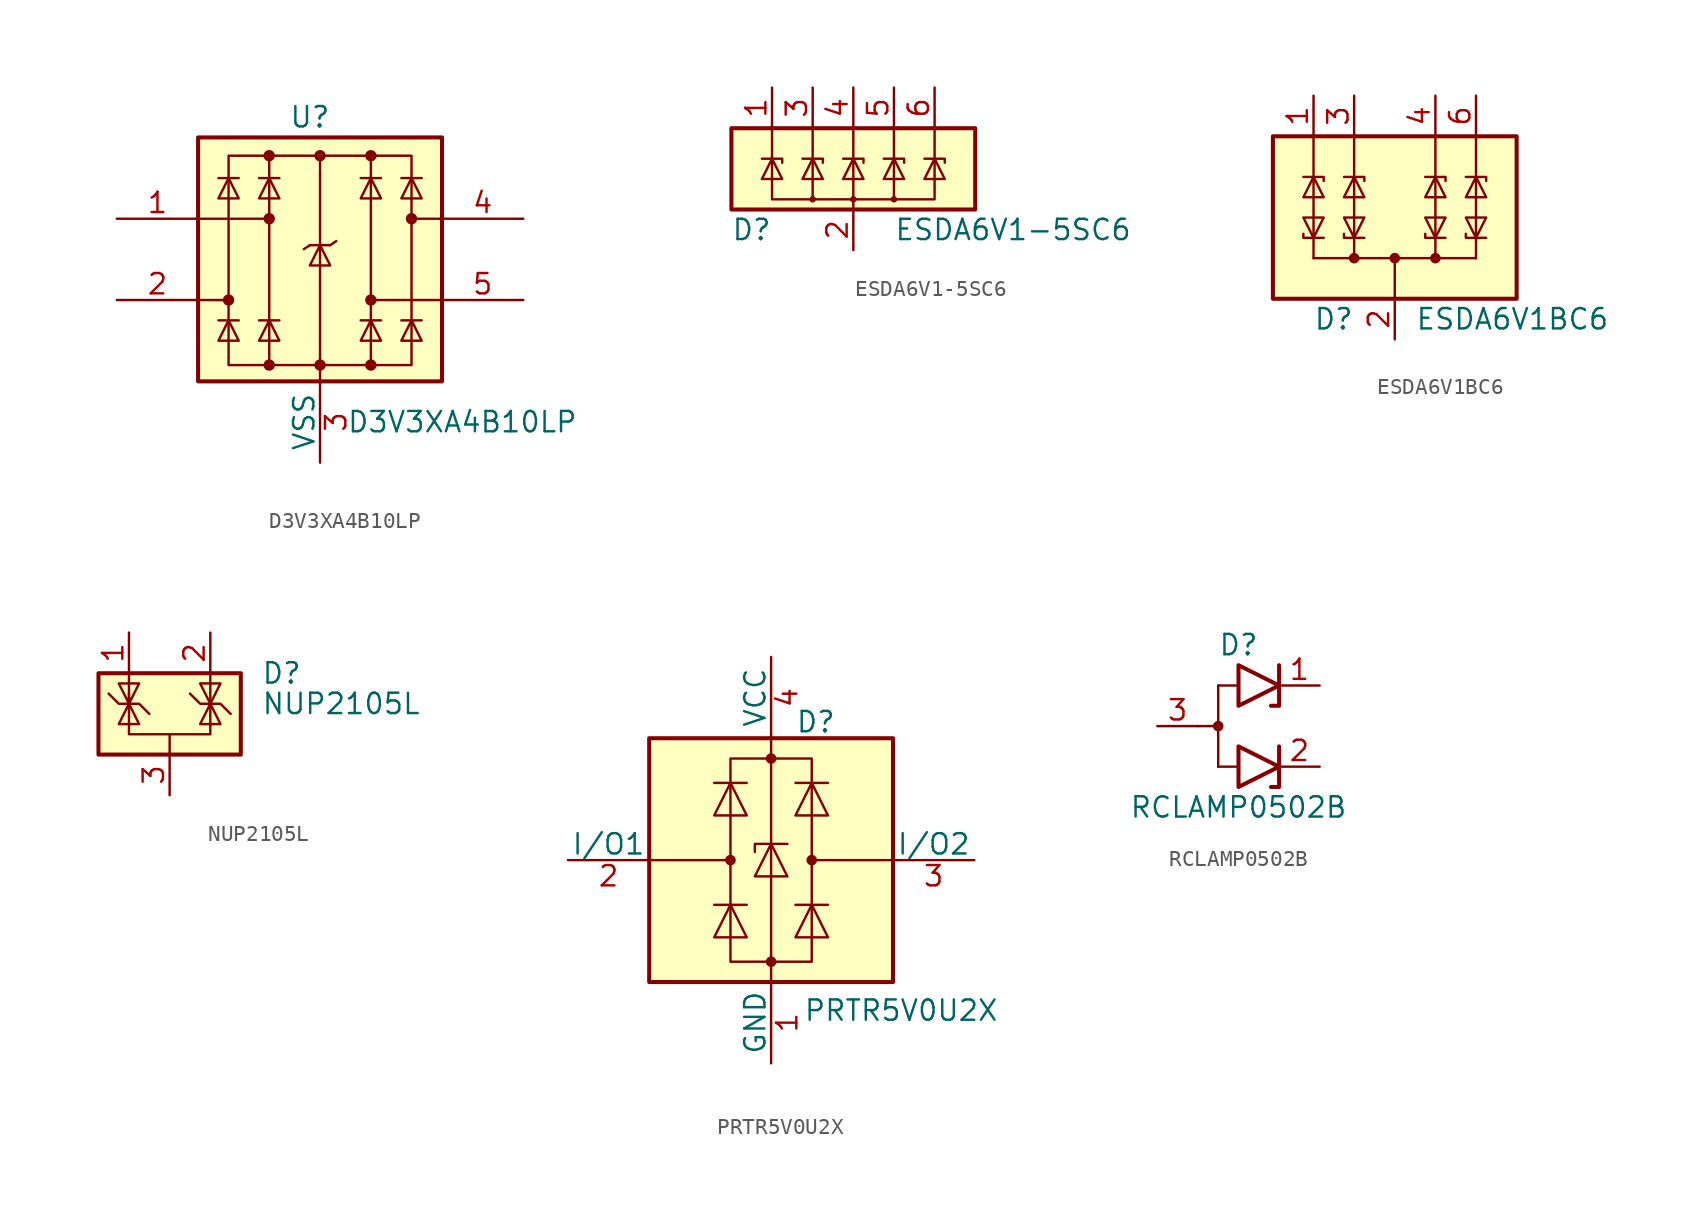
<source format=kicad_sym>
(kicad_symbol_lib
  (version 20200908)
  (generator kicad_symbol_editor)
  (symbol "Power_Protection:D3V3XA4B10LP"
    (pin_names
      (offset 0))
    (property "Reference" "U"
      (at -0.635 8.89 0)
      (effects (font (size 1.27 1.27))))
    (property "Value" "D3V3XA4B10LP"
      (at 8.89 -10.16 0)
      (effects (font (size 1.27 1.27))))
    (symbol "D3V3XA4B10LP_0_1"
      (circle (center -5.715 -2.54) (radius 0.279) (stroke (width 0)) (fill (type outline)))
      (circle (center -3.175 -6.604) (radius 0.279) (stroke (width 0)) (fill (type outline)))
      (circle (center -3.175 2.54) (radius 0.279) (stroke (width 0)) (fill (type outline)))
      (circle (center -3.175 6.477) (radius 0.279) (stroke (width 0)) (fill (type outline)))
      (circle (center 0 -6.604) (radius 0.279) (stroke (width 0)) (fill (type outline)))
      (circle (center 0 6.477) (radius 0.279) (stroke (width 0)) (fill (type outline)))
      (circle (center 3.175 -6.604) (radius 0.279) (stroke (width 0)) (fill (type outline)))
      (circle (center 3.175 -2.54) (radius 0.279) (stroke (width 0)) (fill (type outline)))
      (circle (center 3.175 6.477) (radius 0.279) (stroke (width 0)) (fill (type outline)))
      (circle (center 5.715 2.54) (radius 0.279) (stroke (width 0)) (fill (type outline)))
      (rectangle (start -7.62 7.62) (end 7.62 -7.62) (stroke (width 0.254)) (fill (type background)))
      (polyline (pts (xy -7.747 2.54) (xy -3.175 2.54)) (stroke (width 0)) (fill (type none)))
      (polyline (pts (xy -7.62 -2.54) (xy -5.715 -2.54)) (stroke (width 0)) (fill (type none)))
      (polyline (pts (xy -5.08 -3.81) (xy -6.35 -3.81)) (stroke (width 0)) (fill (type none)))
      (polyline (pts (xy -5.08 5.08) (xy -6.35 5.08)) (stroke (width 0)) (fill (type none)))
      (polyline (pts (xy -2.54 -3.81) (xy -3.81 -3.81)) (stroke (width 0)) (fill (type none)))
      (polyline (pts (xy -2.54 5.08) (xy -3.81 5.08)) (stroke (width 0)) (fill (type none)))
      (polyline (pts (xy -0.635 0.889) (xy -1.016 0.635)) (stroke (width 0)) (fill (type none)))
      (polyline (pts (xy 0 -6.604) (xy 0 -7.62)) (stroke (width 0)) (fill (type none)))
      (polyline (pts (xy 0.635 0.889) (xy -0.635 0.889)) (stroke (width 0)) (fill (type none)))
      (polyline (pts (xy 0.635 0.889) (xy 1.016 1.143)) (stroke (width 0)) (fill (type none)))
      (polyline (pts (xy 3.81 -3.81) (xy 2.54 -3.81)) (stroke (width 0)) (fill (type none)))
      (polyline (pts (xy 3.81 5.08) (xy 2.54 5.08)) (stroke (width 0)) (fill (type none)))
      (polyline (pts (xy 6.35 -3.81) (xy 5.08 -3.81)) (stroke (width 0)) (fill (type none)))
      (polyline (pts (xy 6.35 5.08) (xy 5.08 5.08)) (stroke (width 0)) (fill (type none)))
      (polyline (pts (xy 7.62 -2.54) (xy 3.175 -2.54)) (stroke (width 0)) (fill (type none)))
      (polyline (pts (xy 7.62 2.54) (xy 5.715 2.54)) (stroke (width 0)) (fill (type none)))
      (polyline (pts (xy -5.08 -5.08) (xy -6.35 -5.08) (xy -5.715 -3.81) (xy -5.08 -5.08)) (stroke (width 0)) (fill (type none)))
      (polyline (pts (xy -5.08 3.81) (xy -6.35 3.81) (xy -5.715 5.08) (xy -5.08 3.81)) (stroke (width 0)) (fill (type none)))
      (polyline (pts (xy -2.54 -5.08) (xy -3.81 -5.08) (xy -3.175 -3.81) (xy -2.54 -5.08)) (stroke (width 0)) (fill (type none)))
      (polyline (pts (xy -2.54 3.81) (xy -3.81 3.81) (xy -3.175 5.08) (xy -2.54 3.81)) (stroke (width 0)) (fill (type none)))
      (polyline (pts (xy 0.635 -0.381) (xy -0.635 -0.381) (xy 0 0.889) (xy 0.635 -0.381)) (stroke (width 0)) (fill (type none)))
      (polyline (pts (xy 3.81 -5.08) (xy 2.54 -5.08) (xy 3.175 -3.81) (xy 3.81 -5.08)) (stroke (width 0)) (fill (type none)))
      (polyline (pts (xy 3.81 3.81) (xy 2.54 3.81) (xy 3.175 5.08) (xy 3.81 3.81)) (stroke (width 0)) (fill (type none)))
      (polyline (pts (xy 6.35 -5.08) (xy 5.08 -5.08) (xy 5.715 -3.81) (xy 6.35 -5.08)) (stroke (width 0)) (fill (type none)))
      (polyline (pts (xy 6.35 3.81) (xy 5.08 3.81) (xy 5.715 5.08) (xy 6.35 3.81)) (stroke (width 0)) (fill (type none))))
    (symbol "D3V3XA4B10LP_0_0"
      (rectangle (start -5.715 6.477) (end 5.715 -6.604) (stroke (width 0)) (fill (type none)))
      (polyline (pts (xy -3.175 -6.604) (xy -3.175 6.477)) (stroke (width 0)) (fill (type none)))
      (polyline (pts (xy 0 6.477) (xy 0 -6.604)) (stroke (width 0)) (fill (type none)))
      (polyline (pts (xy 3.175 6.477) (xy 3.175 -6.604)) (stroke (width 0)) (fill (type none))))
    (symbol "D3V3XA4B10LP_1_1"
      (pin passive line (at -12.7 2.54 0) (length 5.08) (name "~" (effects (font (size 1.27 1.27)))) (number "1" (effects (font (size 1.27 1.27)))))
      (pin unconnected line (at -5.08 7.62 0) (length 5.08) hide (name "NC" (effects (font (size 1.27 1.27)))) (number "10" (effects (font (size 1.27 1.27)))))
      (pin passive line (at -12.7 -2.54 0) (length 5.08) (name "~" (effects (font (size 1.27 1.27)))) (number "2" (effects (font (size 1.27 1.27)))))
      (pin power_in line (at 0 -12.7 90) (length 5.08) (name "VSS" (effects (font (size 1.27 1.27)))) (number "3" (effects (font (size 1.27 1.27)))))
      (pin passive line (at 12.7 2.54 180) (length 5.08) (name "~" (effects (font (size 1.27 1.27)))) (number "4" (effects (font (size 1.27 1.27)))))
      (pin passive line (at 12.7 -2.54 180) (length 5.08) (name "~" (effects (font (size 1.27 1.27)))) (number "5" (effects (font (size 1.27 1.27)))))
      (pin unconnected line (at 5.08 -7.62 180) (length 5.08) hide (name "NC" (effects (font (size 1.27 1.27)))) (number "6" (effects (font (size 1.27 1.27)))))
      (pin unconnected line (at 5.08 7.62 180) (length 5.08) hide (name "NC" (effects (font (size 1.27 1.27)))) (number "7" (effects (font (size 1.27 1.27)))))
      (pin passive line (at 0 -12.7 90) (length 5.08) hide (name "VSS" (effects (font (size 1.27 1.27)))) (number "8" (effects (font (size 1.27 1.27)))))
      (pin unconnected line (at -5.08 -7.62 0) (length 5.08) hide (name "NC" (effects (font (size 1.27 1.27)))) (number "9" (effects (font (size 1.27 1.27)))))))
  (symbol "Power_Protection:ESDA6V1-5SC6"
    (pin_names hide)
    (property "Reference" "D"
      (at -5.08 -3.81 0)
      (effects (font (size 1.27 1.27)) (justify right)))
    (property "Value" "ESDA6V1-5SC6"
      (at 2.54 -3.81 0)
      (effects (font (size 1.27 1.27)) (justify left)))
    (symbol "ESDA6V1-5SC6_0_1"
      (circle (center -2.54 -1.905) (radius 0.127) (stroke (width 0)) (fill (type none)))
      (circle (center 0 -1.905) (radius 0.127) (stroke (width 0)) (fill (type none)))
      (circle (center 2.54 -1.905) (radius 0.127) (stroke (width 0)) (fill (type none)))
      (rectangle (start -7.62 2.54) (end 7.62 -2.54) (stroke (width 0.254)) (fill (type background)))
      (polyline (pts (xy -2.54 2.54) (xy -2.54 -1.905)) (stroke (width 0)) (fill (type none)))
      (polyline (pts (xy 0 2.54) (xy 0 -2.54)) (stroke (width 0)) (fill (type none)))
      (polyline (pts (xy 2.54 2.54) (xy 2.54 -1.905)) (stroke (width 0)) (fill (type none)))
      (polyline (pts (xy -5.715 0.635) (xy -4.445 0.635) (xy -4.445 0.381)) (stroke (width 0)) (fill (type none)))
      (polyline (pts (xy -3.175 0.635) (xy -1.905 0.635) (xy -1.905 0.381)) (stroke (width 0)) (fill (type none)))
      (polyline (pts (xy -0.635 0.635) (xy 0.635 0.635) (xy 0.635 0.381)) (stroke (width 0)) (fill (type none)))
      (polyline (pts (xy 1.905 0.635) (xy 3.175 0.635) (xy 3.175 0.381)) (stroke (width 0)) (fill (type none)))
      (polyline (pts (xy 4.445 0.635) (xy 5.715 0.635) (xy 5.715 0.381)) (stroke (width 0)) (fill (type none)))
      (polyline (pts (xy -5.715 -0.635) (xy -4.445 -0.635) (xy -5.08 0.635) (xy -5.715 -0.635)) (stroke (width 0)) (fill (type none)))
      (polyline (pts (xy -5.08 2.54) (xy -5.08 -1.905) (xy 5.08 -1.905) (xy 5.08 2.54)) (stroke (width 0)) (fill (type none)))
      (polyline (pts (xy -3.175 -0.635) (xy -1.905 -0.635) (xy -2.54 0.635) (xy -3.175 -0.635)) (stroke (width 0)) (fill (type none)))
      (polyline (pts (xy -0.635 -0.635) (xy 0.635 -0.635) (xy 0 0.635) (xy -0.635 -0.635)) (stroke (width 0)) (fill (type none)))
      (polyline (pts (xy 1.905 -0.635) (xy 3.175 -0.635) (xy 2.54 0.635) (xy 1.905 -0.635)) (stroke (width 0)) (fill (type none)))
      (polyline (pts (xy 4.445 -0.635) (xy 5.715 -0.635) (xy 5.08 0.635) (xy 4.445 -0.635)) (stroke (width 0)) (fill (type none))))
    (symbol "ESDA6V1-5SC6_0_0"
      (pin passive line (at 0 -5.08 90) (length 2.54) (name "GND" (effects (font (size 1.27 1.27)))) (number "2" (effects (font (size 1.27 1.27))))))
    (symbol "ESDA6V1-5SC6_1_1"
      (pin passive line (at -5.08 5.08 270) (length 2.54) (name "IO1" (effects (font (size 1.27 1.27)))) (number "1" (effects (font (size 1.27 1.27)))))
      (pin passive line (at -2.54 5.08 270) (length 2.54) (name "IO2" (effects (font (size 1.27 1.27)))) (number "3" (effects (font (size 1.27 1.27)))))
      (pin passive line (at 0 5.08 270) (length 2.54) (name "IO3" (effects (font (size 1.27 1.27)))) (number "4" (effects (font (size 1.27 1.27)))))
      (pin passive line (at 2.54 5.08 270) (length 2.54) (name "IO4" (effects (font (size 1.27 1.27)))) (number "5" (effects (font (size 1.27 1.27)))))
      (pin passive line (at 5.08 5.08 270) (length 2.54) (name "IO5" (effects (font (size 1.27 1.27)))) (number "6" (effects (font (size 1.27 1.27)))))))
  (symbol "Power_Protection:ESDA6V1BC6"
    (pin_names hide)
    (property "Reference" "D"
      (at -2.54 -6.35 0)
      (effects (font (size 1.27 1.27)) (justify right)))
    (property "Value" "ESDA6V1BC6"
      (at 1.27 -6.35 0)
      (effects (font (size 1.27 1.27)) (justify left)))
    (symbol "ESDA6V1BC6_0_1"
      (circle (center -2.54 -2.54) (radius 0.254) (stroke (width 0)) (fill (type outline)))
      (circle (center 0 -2.54) (radius 0.254) (stroke (width 0)) (fill (type outline)))
      (circle (center 2.54 -2.54) (radius 0.254) (stroke (width 0)) (fill (type outline)))
      (rectangle (start -7.62 5.08) (end 7.62 -5.08) (stroke (width 0.254)) (fill (type background)))
      (polyline (pts (xy -5.08 -2.54) (xy -5.08 -1.27)) (stroke (width 0)) (fill (type none)))
      (polyline (pts (xy -5.08 -2.54) (xy 5.08 -2.54)) (stroke (width 0)) (fill (type none)))
      (polyline (pts (xy -5.08 2.54) (xy -5.08 -1.27)) (stroke (width 0)) (fill (type none)))
      (polyline (pts (xy -5.08 5.08) (xy -5.08 2.54)) (stroke (width 0)) (fill (type none)))
      (polyline (pts (xy -2.54 -2.54) (xy -2.54 -1.27)) (stroke (width 0)) (fill (type none)))
      (polyline (pts (xy -2.54 2.54) (xy -2.54 -1.27)) (stroke (width 0)) (fill (type none)))
      (polyline (pts (xy -2.54 5.08) (xy -2.54 2.54)) (stroke (width 0)) (fill (type none)))
      (polyline (pts (xy 0 -2.54) (xy 0 -5.08)) (stroke (width 0)) (fill (type none)))
      (polyline (pts (xy 2.54 -2.54) (xy 2.54 -1.27)) (stroke (width 0)) (fill (type none)))
      (polyline (pts (xy 2.54 2.54) (xy 2.54 -1.27)) (stroke (width 0)) (fill (type none)))
      (polyline (pts (xy 2.54 5.08) (xy 2.54 2.54)) (stroke (width 0)) (fill (type none)))
      (polyline (pts (xy 5.08 -2.54) (xy 5.08 -1.27)) (stroke (width 0)) (fill (type none)))
      (polyline (pts (xy 5.08 2.54) (xy 5.08 -1.27)) (stroke (width 0)) (fill (type none)))
      (polyline (pts (xy 5.08 5.08) (xy 5.08 2.54)) (stroke (width 0)) (fill (type none)))
      (polyline (pts (xy -5.715 -1.016) (xy -5.715 -1.27) (xy -4.445 -1.27)) (stroke (width 0)) (fill (type none)))
      (polyline (pts (xy -5.715 2.54) (xy -4.445 2.54) (xy -4.445 2.286)) (stroke (width 0)) (fill (type none)))
      (polyline (pts (xy -3.175 -1.016) (xy -3.175 -1.27) (xy -1.905 -1.27)) (stroke (width 0)) (fill (type none)))
      (polyline (pts (xy -3.175 2.54) (xy -1.905 2.54) (xy -1.905 2.286)) (stroke (width 0)) (fill (type none)))
      (polyline (pts (xy 1.905 -1.016) (xy 1.905 -1.27) (xy 3.175 -1.27)) (stroke (width 0)) (fill (type none)))
      (polyline (pts (xy 1.905 2.54) (xy 3.175 2.54) (xy 3.175 2.286)) (stroke (width 0)) (fill (type none)))
      (polyline (pts (xy 4.445 -1.016) (xy 4.445 -1.27) (xy 5.715 -1.27)) (stroke (width 0)) (fill (type none)))
      (polyline (pts (xy 4.445 2.54) (xy 5.715 2.54) (xy 5.715 2.286)) (stroke (width 0)) (fill (type none)))
      (polyline (pts (xy -5.08 -1.27) (xy -5.715 0) (xy -4.445 0) (xy -5.08 -1.27)) (stroke (width 0)) (fill (type none)))
      (polyline (pts (xy -5.08 2.54) (xy -4.445 1.27) (xy -5.715 1.27) (xy -5.08 2.54)) (stroke (width 0)) (fill (type none)))
      (polyline (pts (xy -2.54 -1.27) (xy -3.175 0) (xy -1.905 0) (xy -2.54 -1.27)) (stroke (width 0)) (fill (type none)))
      (polyline (pts (xy -2.54 2.54) (xy -1.905 1.27) (xy -3.175 1.27) (xy -2.54 2.54)) (stroke (width 0)) (fill (type none)))
      (polyline (pts (xy 2.54 -1.27) (xy 1.905 0) (xy 3.175 0) (xy 2.54 -1.27)) (stroke (width 0)) (fill (type none)))
      (polyline (pts (xy 2.54 2.54) (xy 3.175 1.27) (xy 1.905 1.27) (xy 2.54 2.54)) (stroke (width 0)) (fill (type none)))
      (polyline (pts (xy 5.08 -1.27) (xy 4.445 0) (xy 5.715 0) (xy 5.08 -1.27)) (stroke (width 0)) (fill (type none)))
      (polyline (pts (xy 5.08 2.54) (xy 5.715 1.27) (xy 4.445 1.27) (xy 5.08 2.54)) (stroke (width 0)) (fill (type none))))
    (symbol "ESDA6V1BC6_0_0"
      (pin passive line (at 0 -7.62 90) (length 2.54) (name "COM" (effects (font (size 1.27 1.27)))) (number "2" (effects (font (size 1.27 1.27))))))
    (symbol "ESDA6V1BC6_1_1"
      (pin passive line (at -5.08 7.62 270) (length 2.54) (name "TVS1" (effects (font (size 1.27 1.27)))) (number "1" (effects (font (size 1.27 1.27)))))
      (pin passive line (at -2.54 7.62 270) (length 2.54) (name "TVS2" (effects (font (size 1.27 1.27)))) (number "3" (effects (font (size 1.27 1.27)))))
      (pin passive line (at 2.54 7.62 270) (length 2.54) (name "TVS3" (effects (font (size 1.27 1.27)))) (number "4" (effects (font (size 1.27 1.27)))))
      (pin passive line (at 0 -7.62 90) (length 2.54) hide (name "COM" (effects (font (size 1.27 1.27)))) (number "5" (effects (font (size 1.27 1.27)))))
      (pin passive line (at 5.08 7.62 270) (length 2.54) (name "TVS4" (effects (font (size 1.27 1.27)))) (number "6" (effects (font (size 1.27 1.27)))))))
  (symbol "Power_Protection:NUP2105L"
    (pin_names hide)
    (property "Reference" "D"
      (at 5.715 2.54 0)
      (effects (font (size 1.27 1.27)) (justify left)))
    (property "Value" "NUP2105L"
      (at 5.715 0.635 0)
      (effects (font (size 1.27 1.27)) (justify left)))
    (symbol "NUP2105L_0_1"
      (rectangle (start -4.445 2.54) (end 4.445 -2.54) (stroke (width 0.254)) (fill (type background)))
      (polyline (pts (xy -2.54 2.54) (xy -2.54 0.635)) (stroke (width 0)) (fill (type none)))
      (polyline (pts (xy 0 -1.27) (xy 0 -2.54)) (stroke (width 0)) (fill (type none)))
      (polyline (pts (xy 2.54 2.54) (xy 2.54 0.635)) (stroke (width 0)) (fill (type none)))
      (polyline (pts (xy -3.81 1.27) (xy -3.175 0.635) (xy -1.905 0.635) (xy -1.27 0)) (stroke (width 0)) (fill (type none)))
      (polyline (pts (xy -2.54 0.635) (xy -2.54 -1.27) (xy 2.54 -1.27) (xy 2.54 0.635)) (stroke (width 0)) (fill (type none)))
      (polyline (pts (xy -2.54 0.635) (xy -1.905 -0.635) (xy -3.175 -0.635) (xy -2.54 0.635)) (stroke (width 0)) (fill (type none)))
      (polyline (pts (xy 2.54 0.635) (xy 1.905 -0.635) (xy 3.175 -0.635) (xy 2.54 0.635)) (stroke (width 0)) (fill (type none)))
      (polyline (pts (xy 2.54 0.635) (xy 3.175 1.905) (xy 1.905 1.905) (xy 2.54 0.635)) (stroke (width 0)) (fill (type none)))
      (polyline (pts (xy -2.54 0.635) (xy -3.175 1.905) (xy -1.905 1.905) (xy -2.54 0.635) (xy -2.54 1.27)) (stroke (width 0)) (fill (type none)))
      (polyline (pts (xy 1.27 1.27) (xy 1.905 0.635) (xy 2.54 0.635) (xy 3.175 0.635) (xy 3.81 0)) (stroke (width 0)) (fill (type none))))
    (symbol "NUP2105L_0_0"
      (pin passive line (at 0 -5.08 90) (length 2.54) (name "A" (effects (font (size 1.27 1.27)))) (number "3" (effects (font (size 1.27 1.27))))))
    (symbol "NUP2105L_1_1"
      (pin passive line (at -2.54 5.08 270) (length 2.54) (name "K" (effects (font (size 1.27 1.27)))) (number "1" (effects (font (size 1.27 1.27)))))
      (pin passive line (at 2.54 5.08 270) (length 2.54) (name "K" (effects (font (size 1.27 1.27)))) (number "2" (effects (font (size 1.27 1.27)))))))
  (symbol "Power_Protection:PRTR5V0U2X"
    (pin_names
      (offset 0))
    (property "Reference" "D"
      (at 2.794 8.636 0)
      (effects (font (size 1.27 1.27))))
    (property "Value" "PRTR5V0U2X"
      (at 8.128 -9.398 0)
      (effects (font (size 1.27 1.27))))
    (symbol "PRTR5V0U2X_0_1"
      (circle (center -2.54 0) (radius 0.254) (stroke (width 0)) (fill (type outline)))
      (circle (center 0 -6.35) (radius 0.254) (stroke (width 0)) (fill (type outline)))
      (circle (center 0 6.35) (radius 0.254) (stroke (width 0)) (fill (type outline)))
      (circle (center 2.54 0) (radius 0.254) (stroke (width 0)) (fill (type outline)))
      (rectangle (start -7.62 -7.62) (end 7.62 7.62) (stroke (width 0.254)) (fill (type background)))
      (rectangle (start -2.54 6.35) (end 2.54 -6.35) (stroke (width 0)) (fill (type none)))
      (polyline (pts (xy -2.54 0) (xy -7.62 0)) (stroke (width 0)) (fill (type none)))
      (polyline (pts (xy -1.524 -2.794) (xy -3.556 -2.794)) (stroke (width 0)) (fill (type none)))
      (polyline (pts (xy -1.524 4.826) (xy -3.556 4.826)) (stroke (width 0)) (fill (type none)))
      (polyline (pts (xy 0 -7.62) (xy 0 7.62)) (stroke (width 0)) (fill (type none)))
      (polyline (pts (xy 1.524 -2.794) (xy 3.556 -2.794)) (stroke (width 0)) (fill (type none)))
      (polyline (pts (xy 1.524 4.826) (xy 3.556 4.826)) (stroke (width 0)) (fill (type none)))
      (polyline (pts (xy 2.54 0) (xy 7.62 0)) (stroke (width 0)) (fill (type none)))
      (polyline (pts (xy 1.016 1.016) (xy -1.016 1.016) (xy -1.016 0.508)) (stroke (width 0)) (fill (type none)))
      (polyline (pts (xy -3.556 -4.826) (xy -1.524 -4.826) (xy -2.54 -2.794) (xy -3.556 -4.826)) (stroke (width 0)) (fill (type none)))
      (polyline (pts (xy -3.556 2.794) (xy -1.524 2.794) (xy -2.54 4.826) (xy -3.556 2.794)) (stroke (width 0)) (fill (type none)))
      (polyline (pts (xy -1.016 -1.016) (xy 1.016 -1.016) (xy 0 1.016) (xy -1.016 -1.016)) (stroke (width 0)) (fill (type none)))
      (polyline (pts (xy 3.556 -4.826) (xy 1.524 -4.826) (xy 2.54 -2.794) (xy 3.556 -4.826)) (stroke (width 0)) (fill (type none)))
      (polyline (pts (xy 3.556 2.794) (xy 1.524 2.794) (xy 2.54 4.826) (xy 3.556 2.794)) (stroke (width 0)) (fill (type none))))
    (symbol "PRTR5V0U2X_1_1"
      (pin passive line (at 0 -12.7 90) (length 5.08) (name "GND" (effects (font (size 1.27 1.27)))) (number "1" (effects (font (size 1.27 1.27)))))
      (pin passive line (at -12.7 0 0) (length 5.08) (name "I/O1" (effects (font (size 1.27 1.27)))) (number "2" (effects (font (size 1.27 1.27)))))
      (pin passive line (at 12.7 0 180) (length 5.08) (name "I/O2" (effects (font (size 1.27 1.27)))) (number "3" (effects (font (size 1.27 1.27)))))
      (pin passive line (at 0 12.7 270) (length 5.08) (name "VCC" (effects (font (size 1.27 1.27)))) (number "4" (effects (font (size 1.27 1.27)))))))
  (symbol "Power_Protection:RCLAMP0502B"
    (pin_names hide)
    (property "Reference" "D"
      (at 0 5.08 0)
      (effects (font (size 1.27 1.27))))
    (property "Value" "RCLAMP0502B"
      (at 0 -5.08 0)
      (effects (font (size 1.27 1.27))))
    (symbol "RCLAMP0502B_1_1"
      (circle (center -1.27 0) (radius 0.254) (stroke (width 0)) (fill (type outline)))
      (polyline (pts (xy 0 -2.54) (xy -1.27 -2.54)) (stroke (width 0.152)) (fill (type none)))
      (polyline (pts (xy 2.54 -1.27) (xy 2.54 -3.81) (xy 2.032 -3.81)) (stroke (width 0.254)) (fill (type none)))
      (polyline (pts (xy 0 -3.81) (xy 0 -1.27) (xy 2.54 -2.54) (xy 0 -3.81)) (stroke (width 0.254)) (fill (type none)))
      (pin passive line (at 5.08 2.54 180) (length 2.54) (name "K1" (effects (font (size 1.27 1.27)))) (number "1" (effects (font (size 1.27 1.27)))))
      (pin passive line (at 5.08 -2.54 180) (length 2.54) (name "K2" (effects (font (size 1.27 1.27)))) (number "2" (effects (font (size 1.27 1.27))))))
    (symbol "RCLAMP0502B_0_1"
      (polyline (pts (xy -2.54 0) (xy -1.27 0)) (stroke (width 0)) (fill (type none)))
      (polyline (pts (xy -1.27 2.54) (xy -1.27 -2.54)) (stroke (width 0)) (fill (type none)))
      (polyline (pts (xy 0 2.54) (xy -1.27 2.54)) (stroke (width 0.152)) (fill (type none)))
      (polyline (pts (xy 2.54 3.81) (xy 2.54 1.27) (xy 2.032 1.27)) (stroke (width 0.254)) (fill (type none)))
      (polyline (pts (xy 0 1.27) (xy 0 3.81) (xy 2.54 2.54) (xy 0 1.27)) (stroke (width 0.254)) (fill (type none)))
      (pin passive line (at -5.08 0 0) (length 2.54) (name "A" (effects (font (size 1.27 1.27)))) (number "3" (effects (font (size 1.27 1.27))))))))
</source>
